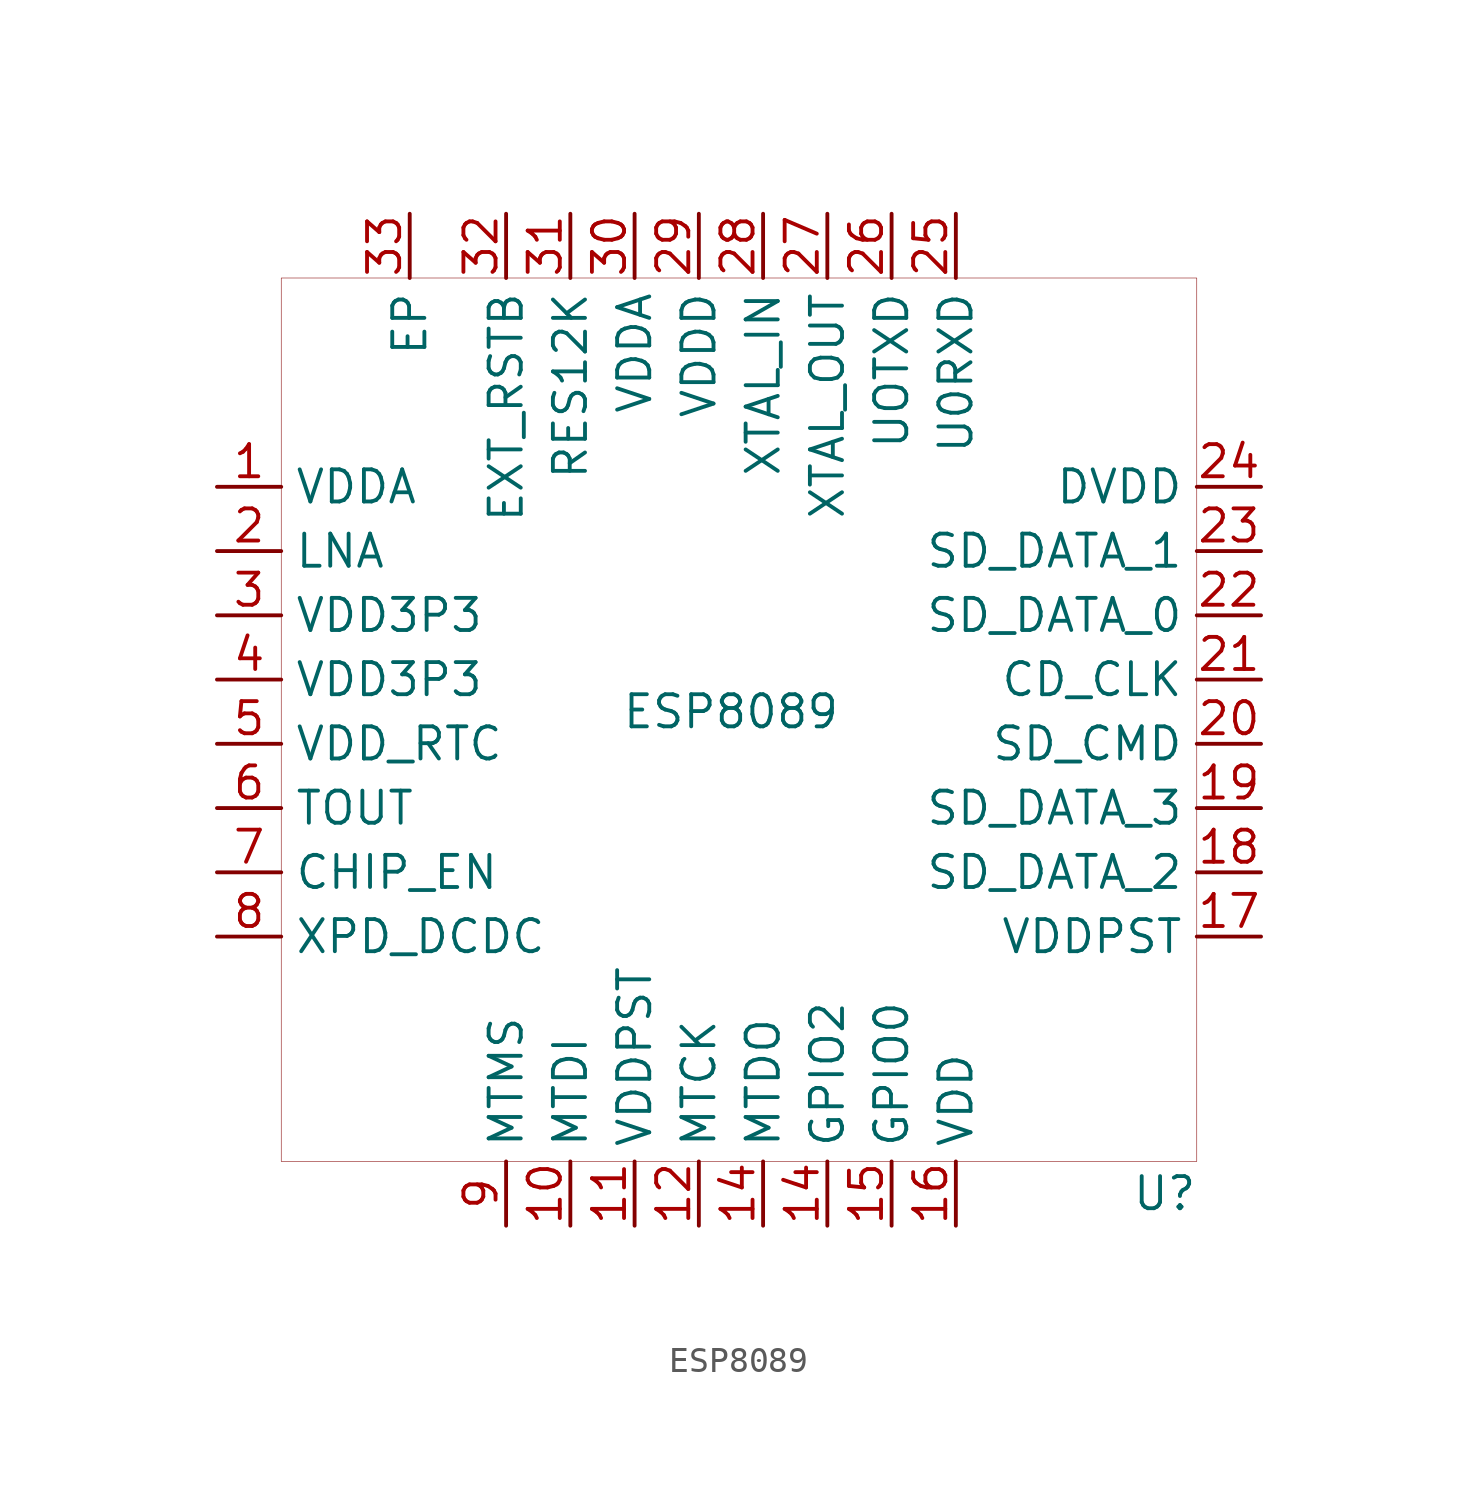
<source format=kicad_sym>
(kicad_symbol_lib
  (version 20201005)
  (generator kicad_symbol_editor)
  (symbol "ESP8089:ESP8089"
    (property "Reference" "U"
      (at 17.145 -19.05 0)
      (effects (font (size 1.27 1.27))))
    (property "Value" "ESP8089"
      (at 0 0 0)
      (effects (font (size 1.27 1.27))))
    (symbol "ESP8089_0_1"
      (rectangle (start -17.78 17.145) (end 18.415 -17.78) (stroke (width 0.001)) (fill (type none))))
    (symbol "ESP8089_1_1"
      (pin input line (at -20.32 8.89 0) (length 2.54) (name "VDDA" (effects (font (size 1.27 1.27)))) (number "1" (effects (font (size 1.27 1.27)))))
      (pin input line (at -6.35 -20.32 90) (length 2.54) (name "MTDI" (effects (font (size 1.27 1.27)))) (number "10" (effects (font (size 1.27 1.27)))))
      (pin input line (at -3.81 -20.32 90) (length 2.54) (name "VDDPST" (effects (font (size 1.27 1.27)))) (number "11" (effects (font (size 1.27 1.27)))))
      (pin input line (at -1.27 -20.32 90) (length 2.54) (name "MTCK" (effects (font (size 1.27 1.27)))) (number "12" (effects (font (size 1.27 1.27)))))
      (pin input line (at 3.81 -20.32 90) (length 2.54) (name "GPIO2" (effects (font (size 1.27 1.27)))) (number "14" (effects (font (size 1.27 1.27)))))
      (pin input line (at 1.27 -20.32 90) (length 2.54) (name "MTDO" (effects (font (size 1.27 1.27)))) (number "14" (effects (font (size 1.27 1.27)))))
      (pin input line (at 6.35 -20.32 90) (length 2.54) (name "GPIO0" (effects (font (size 1.27 1.27)))) (number "15" (effects (font (size 1.27 1.27)))))
      (pin input line (at 8.89 -20.32 90) (length 2.54) (name "VDD" (effects (font (size 1.27 1.27)))) (number "16" (effects (font (size 1.27 1.27)))))
      (pin input line (at 20.955 -8.89 180) (length 2.54) (name "VDDPST" (effects (font (size 1.27 1.27)))) (number "17" (effects (font (size 1.27 1.27)))))
      (pin input line (at 20.955 -6.35 180) (length 2.54) (name "SD_DATA_2" (effects (font (size 1.27 1.27)))) (number "18" (effects (font (size 1.27 1.27)))))
      (pin input line (at 20.955 -3.81 180) (length 2.54) (name "SD_DATA_3" (effects (font (size 1.27 1.27)))) (number "19" (effects (font (size 1.27 1.27)))))
      (pin input line (at -20.32 6.35 0) (length 2.54) (name "LNA" (effects (font (size 1.27 1.27)))) (number "2" (effects (font (size 1.27 1.27)))))
      (pin input line (at 20.955 -1.27 180) (length 2.54) (name "SD_CMD" (effects (font (size 1.27 1.27)))) (number "20" (effects (font (size 1.27 1.27)))))
      (pin input line (at 20.955 1.27 180) (length 2.54) (name "CD_CLK" (effects (font (size 1.27 1.27)))) (number "21" (effects (font (size 1.27 1.27)))))
      (pin input line (at 20.955 3.81 180) (length 2.54) (name "SD_DATA_0" (effects (font (size 1.27 1.27)))) (number "22" (effects (font (size 1.27 1.27)))))
      (pin input line (at 20.955 6.35 180) (length 2.54) (name "SD_DATA_1" (effects (font (size 1.27 1.27)))) (number "23" (effects (font (size 1.27 1.27)))))
      (pin input line (at 20.955 8.89 180) (length 2.54) (name "DVDD" (effects (font (size 1.27 1.27)))) (number "24" (effects (font (size 1.27 1.27)))))
      (pin input line (at 8.89 19.685 270) (length 2.54) (name "U0RXD" (effects (font (size 1.27 1.27)))) (number "25" (effects (font (size 1.27 1.27)))))
      (pin input line (at 6.35 19.685 270) (length 2.54) (name "UOTXD" (effects (font (size 1.27 1.27)))) (number "26" (effects (font (size 1.27 1.27)))))
      (pin input line (at 3.81 19.685 270) (length 2.54) (name "XTAL_OUT" (effects (font (size 1.27 1.27)))) (number "27" (effects (font (size 1.27 1.27)))))
      (pin input line (at 1.27 19.685 270) (length 2.54) (name "XTAL_IN" (effects (font (size 1.27 1.27)))) (number "28" (effects (font (size 1.27 1.27)))))
      (pin input line (at -1.27 19.685 270) (length 2.54) (name "VDDD" (effects (font (size 1.27 1.27)))) (number "29" (effects (font (size 1.27 1.27)))))
      (pin input line (at -20.32 3.81 0) (length 2.54) (name "VDD3P3" (effects (font (size 1.27 1.27)))) (number "3" (effects (font (size 1.27 1.27)))))
      (pin input line (at -3.81 19.685 270) (length 2.54) (name "VDDA" (effects (font (size 1.27 1.27)))) (number "30" (effects (font (size 1.27 1.27)))))
      (pin input line (at -6.35 19.685 270) (length 2.54) (name "RES12K" (effects (font (size 1.27 1.27)))) (number "31" (effects (font (size 1.27 1.27)))))
      (pin input line (at -8.89 19.685 270) (length 2.54) (name "EXT_RSTB" (effects (font (size 1.27 1.27)))) (number "32" (effects (font (size 1.27 1.27)))))
      (pin input line (at -12.7 19.685 270) (length 2.54) (name "EP" (effects (font (size 1.27 1.27)))) (number "33" (effects (font (size 1.27 1.27)))))
      (pin input line (at -20.32 1.27 0) (length 2.54) (name "VDD3P3" (effects (font (size 1.27 1.27)))) (number "4" (effects (font (size 1.27 1.27)))))
      (pin input line (at -20.32 -1.27 0) (length 2.54) (name "VDD_RTC" (effects (font (size 1.27 1.27)))) (number "5" (effects (font (size 1.27 1.27)))))
      (pin input line (at -20.32 -3.81 0) (length 2.54) (name "TOUT" (effects (font (size 1.27 1.27)))) (number "6" (effects (font (size 1.27 1.27)))))
      (pin input line (at -20.32 -6.35 0) (length 2.54) (name "CHIP_EN" (effects (font (size 1.27 1.27)))) (number "7" (effects (font (size 1.27 1.27)))))
      (pin input line (at -20.32 -8.89 0) (length 2.54) (name "XPD_DCDC" (effects (font (size 1.27 1.27)))) (number "8" (effects (font (size 1.27 1.27)))))
      (pin input line (at -8.89 -20.32 90) (length 2.54) (name "MTMS" (effects (font (size 1.27 1.27)))) (number "9" (effects (font (size 1.27 1.27))))))))
</source>
